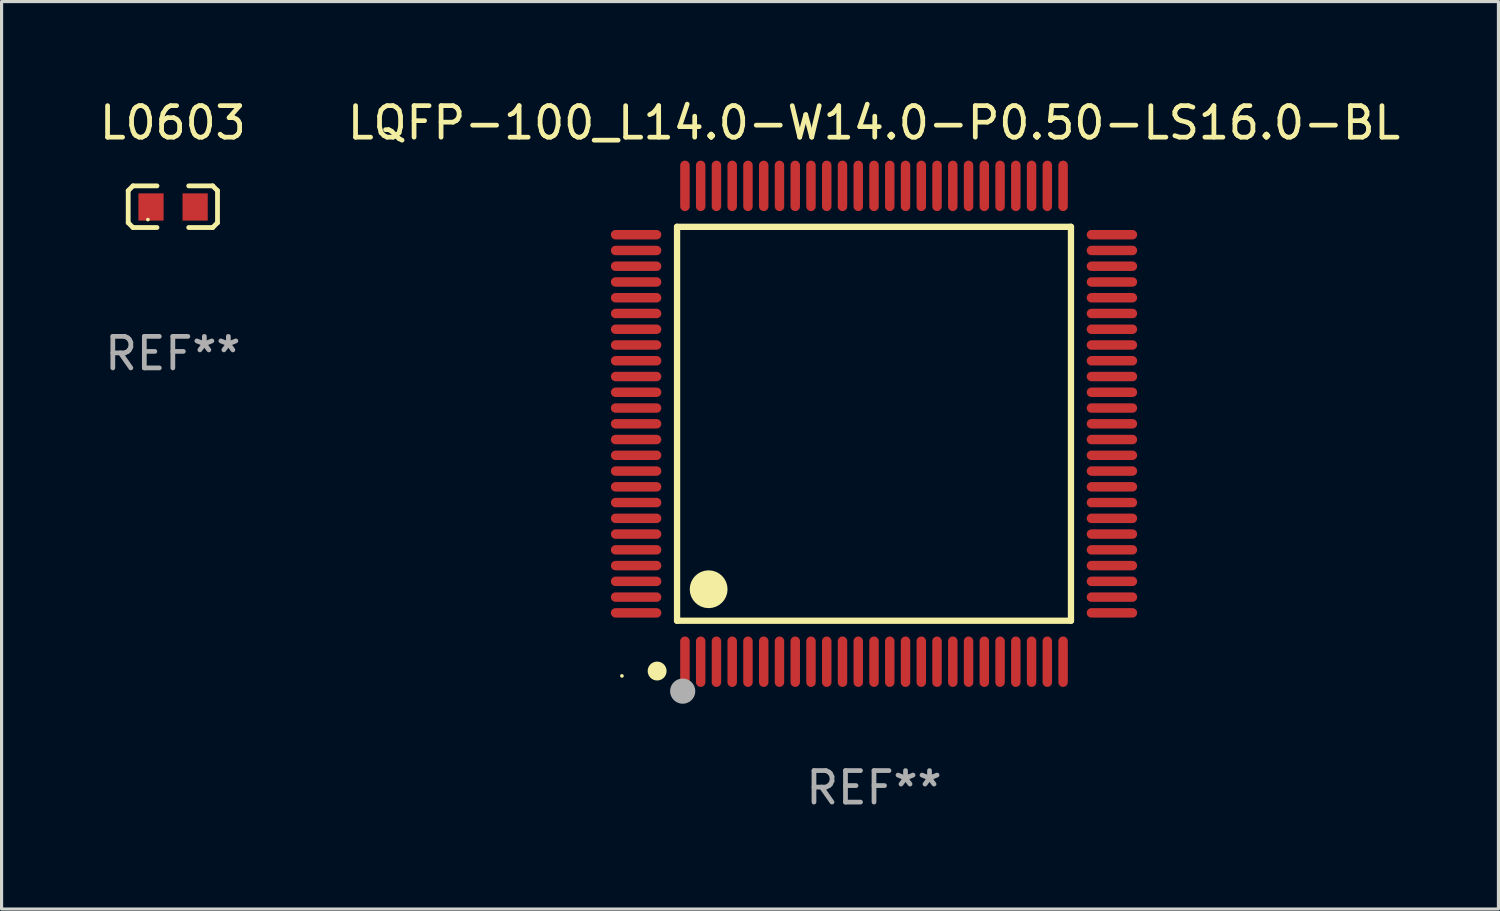
<source format=kicad_pcb>
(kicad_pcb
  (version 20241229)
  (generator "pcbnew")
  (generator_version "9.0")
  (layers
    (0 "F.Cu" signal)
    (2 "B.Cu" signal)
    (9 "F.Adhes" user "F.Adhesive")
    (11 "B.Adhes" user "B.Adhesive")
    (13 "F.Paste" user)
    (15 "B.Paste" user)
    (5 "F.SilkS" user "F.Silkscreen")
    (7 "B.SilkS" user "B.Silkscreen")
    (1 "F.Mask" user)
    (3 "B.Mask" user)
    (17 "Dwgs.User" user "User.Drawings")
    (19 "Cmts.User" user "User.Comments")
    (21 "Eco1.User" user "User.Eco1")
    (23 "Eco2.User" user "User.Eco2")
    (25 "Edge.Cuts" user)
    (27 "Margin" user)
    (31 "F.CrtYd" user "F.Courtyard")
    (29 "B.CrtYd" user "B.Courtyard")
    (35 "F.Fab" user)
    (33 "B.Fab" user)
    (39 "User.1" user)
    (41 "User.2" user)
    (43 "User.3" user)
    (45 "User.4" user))
  (footprint "LQFP-100_L14.0-W14.0-P0.50-LS16.0-BL"
    (layer "F.Cu")
    (at 24.685 10.398)
    (property "Reference" "LQFP-100_L14.0-W14.0-P0.50-LS16.0-BL" (at 0 -9.55 0) (layer "F.SilkS") (effects (font (size 1 1) (thickness 0.15))))
    (attr through_hole)
    (fp_line (start -6.25 -6.25) (end -6.25 6.25) (stroke (width 0.2) (type solid)) (layer "F.SilkS"))
    (fp_line (start -6.25 6.25) (end 6.25 6.25) (stroke (width 0.2) (type solid)) (layer "F.SilkS"))
    (fp_line (start 6.25 -6.25) (end -6.25 -6.25) (stroke (width 0.2) (type solid)) (layer "F.SilkS"))
    (fp_line (start 6.25 6.25) (end 6.25 -6.25) (stroke (width 0.2) (type solid)) (layer "F.SilkS"))
    (fp_arc (start -6.880874 7.696215) (mid -6.882144 7.996236) (end -6.883414 7.696215) (stroke (width 0.3) (type solid)) (layer "F.SilkS"))
    (fp_arc (start -5.24511 4.95047) (mid -5.24765 5.550459) (end -5.25019 4.95047) (stroke (width 0.6) (type solid)) (layer "F.SilkS"))
    (fp_circle (center -8 8) (end -7.97 8) (stroke (width 0.06) (type solid)) (fill no) (layer "F.SilkS"))
    (fp_circle (center -6.071 8.484) (end -5.871 8.484) (stroke (width 0.4) (type solid)) (fill no) (layer "F.Fab"))
    (fp_text user "REF**" (at 0 11.55 0) (layer "F.Fab") (effects (font (size 1 1) (thickness 0.15))))
    (pad "1" smd oval (at -6 7.55) (size 0.3 1.6) (layers "F.Cu" "F.Mask" "F.Paste"))
    (pad "2" smd oval (at -5.5 7.55) (size 0.3 1.6) (layers "F.Cu" "F.Mask" "F.Paste"))
    (pad "3" smd oval (at -5 7.55) (size 0.3 1.6) (layers "F.Cu" "F.Mask" "F.Paste"))
    (pad "4" smd oval (at -4.5 7.55) (size 0.3 1.6) (layers "F.Cu" "F.Mask" "F.Paste"))
    (pad "5" smd oval (at -4 7.55) (size 0.3 1.6) (layers "F.Cu" "F.Mask" "F.Paste"))
    (pad "6" smd oval (at -3.5 7.55) (size 0.3 1.6) (layers "F.Cu" "F.Mask" "F.Paste"))
    (pad "7" smd oval (at -3 7.55) (size 0.3 1.6) (layers "F.Cu" "F.Mask" "F.Paste"))
    (pad "8" smd oval (at -2.5 7.55) (size 0.3 1.6) (layers "F.Cu" "F.Mask" "F.Paste"))
    (pad "9" smd oval (at -2 7.55) (size 0.3 1.6) (layers "F.Cu" "F.Mask" "F.Paste"))
    (pad "10" smd oval (at -1.5 7.55) (size 0.3 1.6) (layers "F.Cu" "F.Mask" "F.Paste"))
    (pad "11" smd oval (at -1 7.55) (size 0.3 1.6) (layers "F.Cu" "F.Mask" "F.Paste"))
    (pad "12" smd oval (at -0.5 7.55) (size 0.3 1.6) (layers "F.Cu" "F.Mask" "F.Paste"))
    (pad "13" smd oval (at 0 7.55) (size 0.3 1.6) (layers "F.Cu" "F.Mask" "F.Paste"))
    (pad "14" smd oval (at 0.5 7.55) (size 0.3 1.6) (layers "F.Cu" "F.Mask" "F.Paste"))
    (pad "15" smd oval (at 1 7.55) (size 0.3 1.6) (layers "F.Cu" "F.Mask" "F.Paste"))
    (pad "16" smd oval (at 1.5 7.55) (size 0.3 1.6) (layers "F.Cu" "F.Mask" "F.Paste"))
    (pad "17" smd oval (at 2 7.55) (size 0.3 1.6) (layers "F.Cu" "F.Mask" "F.Paste"))
    (pad "18" smd oval (at 2.5 7.55) (size 0.3 1.6) (layers "F.Cu" "F.Mask" "F.Paste"))
    (pad "19" smd oval (at 3 7.55) (size 0.3 1.6) (layers "F.Cu" "F.Mask" "F.Paste"))
    (pad "20" smd oval (at 3.5 7.55) (size 0.3 1.6) (layers "F.Cu" "F.Mask" "F.Paste"))
    (pad "21" smd oval (at 4 7.55) (size 0.3 1.6) (layers "F.Cu" "F.Mask" "F.Paste"))
    (pad "22" smd oval (at 4.5 7.55) (size 0.3 1.6) (layers "F.Cu" "F.Mask" "F.Paste"))
    (pad "23" smd oval (at 5 7.55) (size 0.3 1.6) (layers "F.Cu" "F.Mask" "F.Paste"))
    (pad "24" smd oval (at 5.5 7.55) (size 0.3 1.6) (layers "F.Cu" "F.Mask" "F.Paste"))
    (pad "25" smd oval (at 6 7.55) (size 0.3 1.6) (layers "F.Cu" "F.Mask" "F.Paste"))
    (pad "26" smd oval (at 7.55 6) (size 1.6 0.3) (layers "F.Cu" "F.Mask" "F.Paste"))
    (pad "27" smd oval (at 7.55 5.5) (size 1.6 0.3) (layers "F.Cu" "F.Mask" "F.Paste"))
    (pad "28" smd oval (at 7.55 5) (size 1.6 0.3) (layers "F.Cu" "F.Mask" "F.Paste"))
    (pad "29" smd oval (at 7.55 4.5) (size 1.6 0.3) (layers "F.Cu" "F.Mask" "F.Paste"))
    (pad "30" smd oval (at 7.55 4) (size 1.6 0.3) (layers "F.Cu" "F.Mask" "F.Paste"))
    (pad "31" smd oval (at 7.55 3.5) (size 1.6 0.3) (layers "F.Cu" "F.Mask" "F.Paste"))
    (pad "32" smd oval (at 7.55 3) (size 1.6 0.3) (layers "F.Cu" "F.Mask" "F.Paste"))
    (pad "33" smd oval (at 7.55 2.5) (size 1.6 0.3) (layers "F.Cu" "F.Mask" "F.Paste"))
    (pad "34" smd oval (at 7.55 2) (size 1.6 0.3) (layers "F.Cu" "F.Mask" "F.Paste"))
    (pad "35" smd oval (at 7.55 1.5) (size 1.6 0.3) (layers "F.Cu" "F.Mask" "F.Paste"))
    (pad "36" smd oval (at 7.55 1) (size 1.6 0.3) (layers "F.Cu" "F.Mask" "F.Paste"))
    (pad "37" smd oval (at 7.55 0.5) (size 1.6 0.3) (layers "F.Cu" "F.Mask" "F.Paste"))
    (pad "38" smd oval (at 7.55 0) (size 1.6 0.3) (layers "F.Cu" "F.Mask" "F.Paste"))
    (pad "39" smd oval (at 7.55 -0.5) (size 1.6 0.3) (layers "F.Cu" "F.Mask" "F.Paste"))
    (pad "40" smd oval (at 7.55 -1) (size 1.6 0.3) (layers "F.Cu" "F.Mask" "F.Paste"))
    (pad "41" smd oval (at 7.55 -1.5) (size 1.6 0.3) (layers "F.Cu" "F.Mask" "F.Paste"))
    (pad "42" smd oval (at 7.55 -2) (size 1.6 0.3) (layers "F.Cu" "F.Mask" "F.Paste"))
    (pad "43" smd oval (at 7.55 -2.5) (size 1.6 0.3) (layers "F.Cu" "F.Mask" "F.Paste"))
    (pad "44" smd oval (at 7.55 -3) (size 1.6 0.3) (layers "F.Cu" "F.Mask" "F.Paste"))
    (pad "45" smd oval (at 7.55 -3.5) (size 1.6 0.3) (layers "F.Cu" "F.Mask" "F.Paste"))
    (pad "46" smd oval (at 7.55 -4) (size 1.6 0.3) (layers "F.Cu" "F.Mask" "F.Paste"))
    (pad "47" smd oval (at 7.55 -4.5) (size 1.6 0.3) (layers "F.Cu" "F.Mask" "F.Paste"))
    (pad "48" smd oval (at 7.55 -5) (size 1.6 0.3) (layers "F.Cu" "F.Mask" "F.Paste"))
    (pad "49" smd oval (at 7.55 -5.5) (size 1.6 0.3) (layers "F.Cu" "F.Mask" "F.Paste"))
    (pad "50" smd oval (at 7.55 -6) (size 1.6 0.3) (layers "F.Cu" "F.Mask" "F.Paste"))
    (pad "51" smd oval (at 6 -7.55) (size 0.3 1.6) (layers "F.Cu" "F.Mask" "F.Paste"))
    (pad "52" smd oval (at 5.5 -7.55) (size 0.3 1.6) (layers "F.Cu" "F.Mask" "F.Paste"))
    (pad "53" smd oval (at 5 -7.55) (size 0.3 1.6) (layers "F.Cu" "F.Mask" "F.Paste"))
    (pad "54" smd oval (at 4.5 -7.55) (size 0.3 1.6) (layers "F.Cu" "F.Mask" "F.Paste"))
    (pad "55" smd oval (at 4 -7.55) (size 0.3 1.6) (layers "F.Cu" "F.Mask" "F.Paste"))
    (pad "56" smd oval (at 3.5 -7.55) (size 0.3 1.6) (layers "F.Cu" "F.Mask" "F.Paste"))
    (pad "57" smd oval (at 3 -7.55) (size 0.3 1.6) (layers "F.Cu" "F.Mask" "F.Paste"))
    (pad "58" smd oval (at 2.5 -7.55) (size 0.3 1.6) (layers "F.Cu" "F.Mask" "F.Paste"))
    (pad "59" smd oval (at 2 -7.55) (size 0.3 1.6) (layers "F.Cu" "F.Mask" "F.Paste"))
    (pad "60" smd oval (at 1.5 -7.55) (size 0.3 1.6) (layers "F.Cu" "F.Mask" "F.Paste"))
    (pad "61" smd oval (at 1 -7.55) (size 0.3 1.6) (layers "F.Cu" "F.Mask" "F.Paste"))
    (pad "62" smd oval (at 0.5 -7.55) (size 0.3 1.6) (layers "F.Cu" "F.Mask" "F.Paste"))
    (pad "63" smd oval (at 0 -7.55) (size 0.3 1.6) (layers "F.Cu" "F.Mask" "F.Paste"))
    (pad "64" smd oval (at -0.5 -7.55) (size 0.3 1.6) (layers "F.Cu" "F.Mask" "F.Paste"))
    (pad "65" smd oval (at -1 -7.55) (size 0.3 1.6) (layers "F.Cu" "F.Mask" "F.Paste"))
    (pad "66" smd oval (at -1.5 -7.55) (size 0.3 1.6) (layers "F.Cu" "F.Mask" "F.Paste"))
    (pad "67" smd oval (at -2 -7.55) (size 0.3 1.6) (layers "F.Cu" "F.Mask" "F.Paste"))
    (pad "68" smd oval (at -2.5 -7.55) (size 0.3 1.6) (layers "F.Cu" "F.Mask" "F.Paste"))
    (pad "69" smd oval (at -3 -7.55) (size 0.3 1.6) (layers "F.Cu" "F.Mask" "F.Paste"))
    (pad "70" smd oval (at -3.5 -7.55) (size 0.3 1.6) (layers "F.Cu" "F.Mask" "F.Paste"))
    (pad "71" smd oval (at -4 -7.55) (size 0.3 1.6) (layers "F.Cu" "F.Mask" "F.Paste"))
    (pad "72" smd oval (at -4.5 -7.55) (size 0.3 1.6) (layers "F.Cu" "F.Mask" "F.Paste"))
    (pad "73" smd oval (at -5 -7.55) (size 0.3 1.6) (layers "F.Cu" "F.Mask" "F.Paste"))
    (pad "74" smd oval (at -5.5 -7.55) (size 0.3 1.6) (layers "F.Cu" "F.Mask" "F.Paste"))
    (pad "75" smd oval (at -6 -7.55) (size 0.3 1.6) (layers "F.Cu" "F.Mask" "F.Paste"))
    (pad "76" smd oval (at -7.55 -6) (size 1.6 0.3) (layers "F.Cu" "F.Mask" "F.Paste"))
    (pad "77" smd oval (at -7.55 -5.5) (size 1.6 0.3) (layers "F.Cu" "F.Mask" "F.Paste"))
    (pad "78" smd oval (at -7.55 -5) (size 1.6 0.3) (layers "F.Cu" "F.Mask" "F.Paste"))
    (pad "79" smd oval (at -7.55 -4.5) (size 1.6 0.3) (layers "F.Cu" "F.Mask" "F.Paste"))
    (pad "80" smd oval (at -7.55 -4) (size 1.6 0.3) (layers "F.Cu" "F.Mask" "F.Paste"))
    (pad "81" smd oval (at -7.55 -3.5) (size 1.6 0.3) (layers "F.Cu" "F.Mask" "F.Paste"))
    (pad "82" smd oval (at -7.55 -3) (size 1.6 0.3) (layers "F.Cu" "F.Mask" "F.Paste"))
    (pad "83" smd oval (at -7.55 -2.5) (size 1.6 0.3) (layers "F.Cu" "F.Mask" "F.Paste"))
    (pad "84" smd oval (at -7.55 -2) (size 1.6 0.3) (layers "F.Cu" "F.Mask" "F.Paste"))
    (pad "85" smd oval (at -7.55 -1.5) (size 1.6 0.3) (layers "F.Cu" "F.Mask" "F.Paste"))
    (pad "86" smd oval (at -7.55 -1) (size 1.6 0.3) (layers "F.Cu" "F.Mask" "F.Paste"))
    (pad "87" smd oval (at -7.55 -0.5) (size 1.6 0.3) (layers "F.Cu" "F.Mask" "F.Paste"))
    (pad "88" smd oval (at -7.55 0) (size 1.6 0.3) (layers "F.Cu" "F.Mask" "F.Paste"))
    (pad "89" smd oval (at -7.55 0.5) (size 1.6 0.3) (layers "F.Cu" "F.Mask" "F.Paste"))
    (pad "90" smd oval (at -7.55 1) (size 1.6 0.3) (layers "F.Cu" "F.Mask" "F.Paste"))
    (pad "91" smd oval (at -7.55 1.5) (size 1.6 0.3) (layers "F.Cu" "F.Mask" "F.Paste"))
    (pad "92" smd oval (at -7.55 2) (size 1.6 0.3) (layers "F.Cu" "F.Mask" "F.Paste"))
    (pad "93" smd oval (at -7.55 2.5) (size 1.6 0.3) (layers "F.Cu" "F.Mask" "F.Paste"))
    (pad "94" smd oval (at -7.55 3) (size 1.6 0.3) (layers "F.Cu" "F.Mask" "F.Paste"))
    (pad "95" smd oval (at -7.55 3.5) (size 1.6 0.3) (layers "F.Cu" "F.Mask" "F.Paste"))
    (pad "96" smd oval (at -7.55 4) (size 1.6 0.3) (layers "F.Cu" "F.Mask" "F.Paste"))
    (pad "97" smd oval (at -7.55 4.5) (size 1.6 0.3) (layers "F.Cu" "F.Mask" "F.Paste"))
    (pad "98" smd oval (at -7.55 5) (size 1.6 0.3) (layers "F.Cu" "F.Mask" "F.Paste"))
    (pad "99" smd oval (at -7.55 5.5) (size 1.6 0.3) (layers "F.Cu" "F.Mask" "F.Paste"))
    (pad "100" smd oval (at -7.55 6) (size 1.6 0.3) (layers "F.Cu" "F.Mask" "F.Paste")))
  (footprint "L0603"
    (layer "F.Cu")
    (at 2.435 3.509)
    (property "Reference" "L0603" (at 0 -2.661 0) (layer "F.SilkS") (effects (font (size 1 1) (thickness 0.15))))
    (attr through_hole)
    (fp_line (start -1.417 -0.508) (end -1.265 -0.661) (stroke (width 0.152) (type solid)) (layer "F.SilkS"))
    (fp_line (start -1.417 0.508) (end -1.417 -0.508) (stroke (width 0.152) (type solid)) (layer "F.SilkS"))
    (fp_line (start -1.265 -0.661) (end -0.503 -0.661) (stroke (width 0.152) (type solid)) (layer "F.SilkS"))
    (fp_line (start -1.265 0.661) (end -1.417 0.508) (stroke (width 0.152) (type solid)) (layer "F.SilkS"))
    (fp_line (start -1.265 0.661) (end -0.503 0.661) (stroke (width 0.152) (type solid)) (layer "F.SilkS"))
    (fp_line (start 1.265 -0.661) (end 0.503 -0.661) (stroke (width 0.152) (type solid)) (layer "F.SilkS"))
    (fp_line (start 1.265 -0.661) (end 1.417 -0.508) (stroke (width 0.152) (type solid)) (layer "F.SilkS"))
    (fp_line (start 1.265 0.661) (end 0.503 0.661) (stroke (width 0.152) (type solid)) (layer "F.SilkS"))
    (fp_line (start 1.417 -0.508) (end 1.417 0.508) (stroke (width 0.152) (type solid)) (layer "F.SilkS"))
    (fp_line (start 1.417 0.508) (end 1.265 0.661) (stroke (width 0.152) (type solid)) (layer "F.SilkS"))
    (fp_circle (center -0.793 0.409) (end -0.763 0.409) (stroke (width 0.06) (type solid)) (fill no) (layer "F.SilkS"))
    (fp_text user "REF**" (at 0 4.661 0) (layer "F.Fab") (effects (font (size 1 1) (thickness 0.15))))
    (pad "1" smd rect (at -0.693 0.009 180) (size 0.8 0.864) (layers "F.Cu" "F.Mask" "F.Paste"))
    (pad "2" smd rect (at 0.707 0.009 180) (size 0.8 0.864) (layers "F.Cu" "F.Mask" "F.Paste")))
  (gr_rect
    (start -3 -3)
    (end 44.5 25.796)
    (stroke (width 0.1) (type default))
    (fill no)
    (layer "Edge.Cuts")))
</source>
